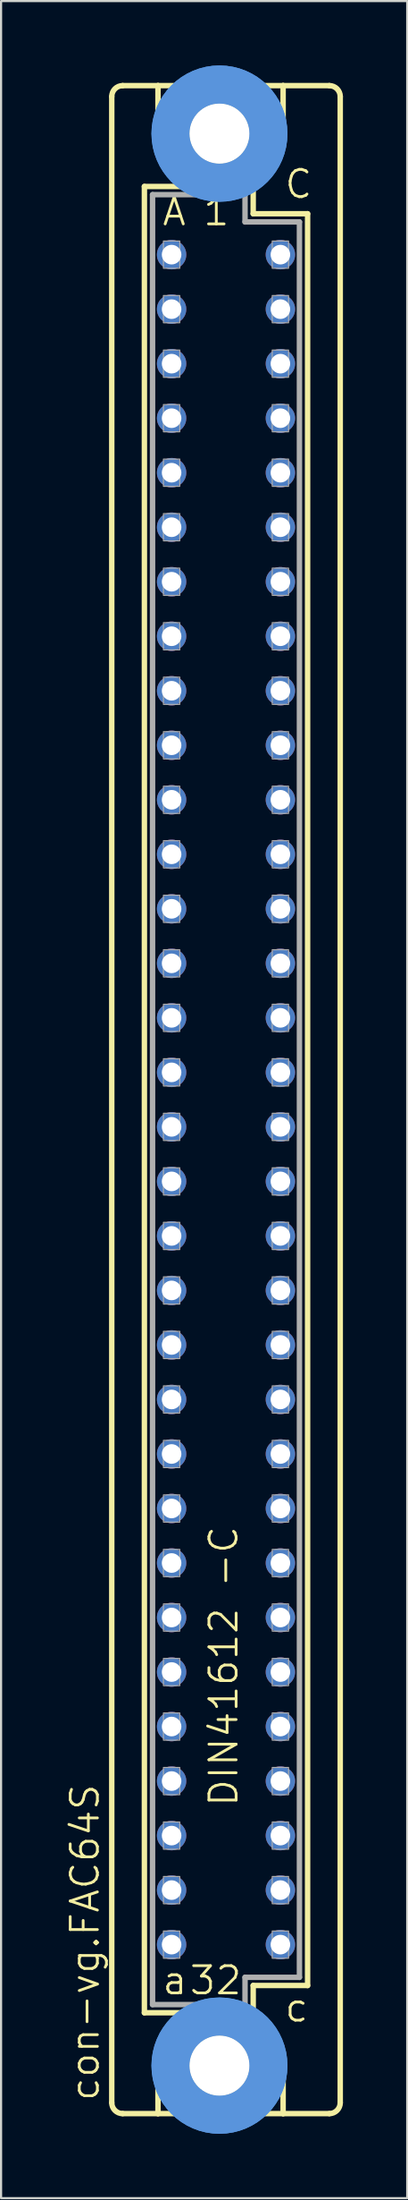
<source format=kicad_pcb>
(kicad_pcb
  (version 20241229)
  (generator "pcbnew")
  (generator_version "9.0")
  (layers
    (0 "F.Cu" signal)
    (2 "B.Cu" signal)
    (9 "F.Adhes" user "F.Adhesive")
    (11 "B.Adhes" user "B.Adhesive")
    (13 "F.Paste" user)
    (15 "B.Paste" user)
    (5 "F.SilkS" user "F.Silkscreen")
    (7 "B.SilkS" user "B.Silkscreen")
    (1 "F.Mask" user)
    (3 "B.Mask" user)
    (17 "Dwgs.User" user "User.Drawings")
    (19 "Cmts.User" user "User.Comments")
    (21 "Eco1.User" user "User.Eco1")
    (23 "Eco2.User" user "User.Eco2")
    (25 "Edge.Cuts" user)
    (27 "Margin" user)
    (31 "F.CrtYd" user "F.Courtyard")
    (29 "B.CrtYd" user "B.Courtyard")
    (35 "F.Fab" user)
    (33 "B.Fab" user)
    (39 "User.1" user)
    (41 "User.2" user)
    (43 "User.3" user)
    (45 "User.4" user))
  (footprint "con-vg.FAC64S"
    (layer "F.Cu")
    (at 7.502 48.184)
    (property "Reference" "con-vg.FAC64S" (at -5.842 46.736 90) (layer "F.SilkS") (effects (font (size 1.27 1.27) (thickness 0.13)) (justify left bottom)))
    (attr through_hole)
    (fp_line (start -5.334 46.736) (end -5.334 -46.736) (stroke (width 0.254) (type default)) (layer "F.SilkS"))
    (fp_line (start -4.826 -47.244) (end -3.175 -47.244) (stroke (width 0.254) (type default)) (layer "F.SilkS"))
    (fp_line (start -4.826 47.244) (end -3.175 47.244) (stroke (width 0.254) (type default)) (layer "F.SilkS"))
    (fp_line (start -3.81 -42.545) (end -3.81 42.545) (stroke (width 0.254) (type default)) (layer "F.SilkS"))
    (fp_line (start -3.81 42.545) (end -1.651 42.545) (stroke (width 0.254) (type default)) (layer "F.SilkS"))
    (fp_line (start -3.175 -47.244) (end -3.175 -44.45) (stroke (width 0.254) (type default)) (layer "F.SilkS"))
    (fp_line (start -3.175 47.244) (end -3.175 44.45) (stroke (width 0.254) (type default)) (layer "F.SilkS"))
    (fp_line (start -3.175 47.244) (end 2.667 47.244) (stroke (width 0.254) (type default)) (layer "F.SilkS"))
    (fp_line (start -1.651 -42.545) (end -3.81 -42.545) (stroke (width 0.254) (type default)) (layer "F.SilkS"))
    (fp_line (start -1.651 -42.545) (end -3.175 -44.45) (stroke (width 0.254) (type default)) (layer "F.SilkS"))
    (fp_line (start -1.651 42.545) (end -3.175 44.45) (stroke (width 0.254) (type default)) (layer "F.SilkS"))
    (fp_line (start -1.651 42.545) (end 1.143 42.545) (stroke (width 0.254) (type default)) (layer "F.SilkS"))
    (fp_line (start 1.143 -42.545) (end -1.651 -42.545) (stroke (width 0.254) (type default)) (layer "F.SilkS"))
    (fp_line (start 1.143 -42.545) (end 2.667 -44.45) (stroke (width 0.254) (type default)) (layer "F.SilkS"))
    (fp_line (start 1.143 42.545) (end 1.27 42.545) (stroke (width 0.254) (type default)) (layer "F.SilkS"))
    (fp_line (start 1.143 42.545) (end 2.667 44.45) (stroke (width 0.254) (type default)) (layer "F.SilkS"))
    (fp_line (start 1.27 -42.545) (end 1.143 -42.545) (stroke (width 0.254) (type default)) (layer "F.SilkS"))
    (fp_line (start 1.27 -41.275) (end 1.27 -42.545) (stroke (width 0.254) (type default)) (layer "F.SilkS"))
    (fp_line (start 1.27 41.275) (end 3.81 41.275) (stroke (width 0.254) (type default)) (layer "F.SilkS"))
    (fp_line (start 1.27 42.545) (end 1.27 41.275) (stroke (width 0.254) (type default)) (layer "F.SilkS"))
    (fp_line (start 2.667 -47.244) (end -3.175 -47.244) (stroke (width 0.254) (type default)) (layer "F.SilkS"))
    (fp_line (start 2.667 -47.244) (end 2.667 -44.45) (stroke (width 0.254) (type default)) (layer "F.SilkS"))
    (fp_line (start 2.667 47.244) (end 2.667 44.45) (stroke (width 0.254) (type default)) (layer "F.SilkS"))
    (fp_line (start 2.667 47.244) (end 4.826 47.244) (stroke (width 0.254) (type default)) (layer "F.SilkS"))
    (fp_line (start 3.81 -41.275) (end 1.27 -41.275) (stroke (width 0.254) (type default)) (layer "F.SilkS"))
    (fp_line (start 3.81 41.275) (end 3.81 -41.275) (stroke (width 0.254) (type default)) (layer "F.SilkS"))
    (fp_line (start 4.826 -47.244) (end 2.667 -47.244) (stroke (width 0.254) (type default)) (layer "F.SilkS"))
    (fp_line (start 5.334 46.736) (end 5.334 -46.736) (stroke (width 0.254) (type default)) (layer "F.SilkS"))
    (fp_arc (start -5.334 -46.736) (mid -5.18521 -47.09521) (end -4.826 -47.244) (stroke (width 0.254) (type default)) (layer "F.SilkS"))
    (fp_arc (start -4.826 47.244) (mid -5.18521 47.09521) (end -5.334 46.736) (stroke (width 0.254) (type default)) (layer "F.SilkS"))
    (fp_arc (start 4.826 -47.244) (mid 5.18521 -47.09521) (end 5.334 -46.736) (stroke (width 0.254) (type default)) (layer "F.SilkS"))
    (fp_arc (start 5.334 46.736) (mid 5.18521 47.09521) (end 4.826 47.244) (stroke (width 0.254) (type default)) (layer "F.SilkS"))
    (fp_circle (center -0.305 -45.009) (end 0.965 -45.009) (stroke (width 0.254) (type default)) (fill no) (layer "F.SilkS"))
    (fp_circle (center -0.305 45.009) (end 0.965 45.009) (stroke (width 0.254) (type default)) (fill no) (layer "F.SilkS"))
    (fp_circle (center -0.305 -45.009) (end 1.981 -45.009) (stroke (width 1.778) (type default)) (fill no) (layer "Cmts.User"))
    (fp_circle (center -0.305 -45.009) (end 1.981 -45.009) (stroke (width 1.778) (type default)) (fill no) (layer "Cmts.User"))
    (fp_circle (center -0.305 45.009) (end 1.981 45.009) (stroke (width 1.778) (type default)) (fill no) (layer "Cmts.User"))
    (fp_circle (center -0.305 45.009) (end 1.981 45.009) (stroke (width 1.778) (type default)) (fill no) (layer "Cmts.User"))
    (fp_line (start -3.429 -42.164) (end -3.429 42.164) (stroke (width 0.254) (type default)) (layer "F.Fab"))
    (fp_line (start -3.429 -42.164) (end 0.889 -42.164) (stroke (width 0.254) (type default)) (layer "F.Fab"))
    (fp_line (start -3.429 42.164) (end 0.889 42.164) (stroke (width 0.254) (type default)) (layer "F.Fab"))
    (fp_line (start 0.889 -42.164) (end 0.889 -40.894) (stroke (width 0.254) (type default)) (layer "F.Fab"))
    (fp_line (start 0.889 -40.894) (end 3.429 -40.894) (stroke (width 0.254) (type default)) (layer "F.Fab"))
    (fp_line (start 0.889 40.894) (end 3.429 40.894) (stroke (width 0.254) (type default)) (layer "F.Fab"))
    (fp_line (start 0.889 42.164) (end 0.889 40.894) (stroke (width 0.254) (type default)) (layer "F.Fab"))
    (fp_line (start 3.429 -40.894) (end 3.429 40.894) (stroke (width 0.254) (type default)) (layer "F.Fab"))
    (fp_rect (start -2.921 -38.735) (end -2.159 -40.005) (stroke (width 0.05) (type default)) (fill no) (layer "F.Fab"))
    (fp_rect (start -2.921 -36.195) (end -2.159 -37.465) (stroke (width 0.05) (type default)) (fill no) (layer "F.Fab"))
    (fp_rect (start -2.921 -33.655) (end -2.159 -34.925) (stroke (width 0.05) (type default)) (fill no) (layer "F.Fab"))
    (fp_rect (start -2.921 -31.115) (end -2.159 -32.385) (stroke (width 0.05) (type default)) (fill no) (layer "F.Fab"))
    (fp_rect (start -2.921 -28.575) (end -2.159 -29.845) (stroke (width 0.05) (type default)) (fill no) (layer "F.Fab"))
    (fp_rect (start -2.921 -26.035) (end -2.159 -27.305) (stroke (width 0.05) (type default)) (fill no) (layer "F.Fab"))
    (fp_rect (start -2.921 -23.495) (end -2.159 -24.765) (stroke (width 0.05) (type default)) (fill no) (layer "F.Fab"))
    (fp_rect (start -2.921 -20.955) (end -2.159 -22.225) (stroke (width 0.05) (type default)) (fill no) (layer "F.Fab"))
    (fp_rect (start -2.921 -18.415) (end -2.159 -19.685) (stroke (width 0.05) (type default)) (fill no) (layer "F.Fab"))
    (fp_rect (start -2.921 -15.875) (end -2.159 -17.145) (stroke (width 0.05) (type default)) (fill no) (layer "F.Fab"))
    (fp_rect (start -2.921 -13.335) (end -2.159 -14.605) (stroke (width 0.05) (type default)) (fill no) (layer "F.Fab"))
    (fp_rect (start -2.921 -10.795) (end -2.159 -12.065) (stroke (width 0.05) (type default)) (fill no) (layer "F.Fab"))
    (fp_rect (start -2.921 -8.255) (end -2.159 -9.525) (stroke (width 0.05) (type default)) (fill no) (layer "F.Fab"))
    (fp_rect (start -2.921 -5.715) (end -2.159 -6.985) (stroke (width 0.05) (type default)) (fill no) (layer "F.Fab"))
    (fp_rect (start -2.921 -3.175) (end -2.159 -4.445) (stroke (width 0.05) (type default)) (fill no) (layer "F.Fab"))
    (fp_rect (start -2.921 -0.635) (end -2.159 -1.905) (stroke (width 0.05) (type default)) (fill no) (layer "F.Fab"))
    (fp_rect (start -2.921 1.905) (end -2.159 0.635) (stroke (width 0.05) (type default)) (fill no) (layer "F.Fab"))
    (fp_rect (start -2.921 4.445) (end -2.159 3.175) (stroke (width 0.05) (type default)) (fill no) (layer "F.Fab"))
    (fp_rect (start -2.921 6.985) (end -2.159 5.715) (stroke (width 0.05) (type default)) (fill no) (layer "F.Fab"))
    (fp_rect (start -2.921 9.525) (end -2.159 8.255) (stroke (width 0.05) (type default)) (fill no) (layer "F.Fab"))
    (fp_rect (start -2.921 12.065) (end -2.159 10.795) (stroke (width 0.05) (type default)) (fill no) (layer "F.Fab"))
    (fp_rect (start -2.921 14.605) (end -2.159 13.335) (stroke (width 0.05) (type default)) (fill no) (layer "F.Fab"))
    (fp_rect (start -2.921 17.145) (end -2.159 15.875) (stroke (width 0.05) (type default)) (fill no) (layer "F.Fab"))
    (fp_rect (start -2.921 19.685) (end -2.159 18.415) (stroke (width 0.05) (type default)) (fill no) (layer "F.Fab"))
    (fp_rect (start -2.921 22.225) (end -2.159 20.955) (stroke (width 0.05) (type default)) (fill no) (layer "F.Fab"))
    (fp_rect (start -2.921 24.765) (end -2.159 23.495) (stroke (width 0.05) (type default)) (fill no) (layer "F.Fab"))
    (fp_rect (start -2.921 27.305) (end -2.159 26.035) (stroke (width 0.05) (type default)) (fill no) (layer "F.Fab"))
    (fp_rect (start -2.921 29.845) (end -2.159 28.575) (stroke (width 0.05) (type default)) (fill no) (layer "F.Fab"))
    (fp_rect (start -2.921 32.385) (end -2.159 31.115) (stroke (width 0.05) (type default)) (fill no) (layer "F.Fab"))
    (fp_rect (start -2.921 34.925) (end -2.159 33.655) (stroke (width 0.05) (type default)) (fill no) (layer "F.Fab"))
    (fp_rect (start -2.921 37.465) (end -2.159 36.195) (stroke (width 0.05) (type default)) (fill no) (layer "F.Fab"))
    (fp_rect (start -2.921 40.005) (end -2.159 38.735) (stroke (width 0.05) (type default)) (fill no) (layer "F.Fab"))
    (fp_rect (start 2.159 -38.735) (end 2.921 -40.005) (stroke (width 0.05) (type default)) (fill no) (layer "F.Fab"))
    (fp_rect (start 2.159 -36.195) (end 2.921 -37.465) (stroke (width 0.05) (type default)) (fill no) (layer "F.Fab"))
    (fp_rect (start 2.159 -33.655) (end 2.921 -34.925) (stroke (width 0.05) (type default)) (fill no) (layer "F.Fab"))
    (fp_rect (start 2.159 -31.115) (end 2.921 -32.385) (stroke (width 0.05) (type default)) (fill no) (layer "F.Fab"))
    (fp_rect (start 2.159 -28.575) (end 2.921 -29.845) (stroke (width 0.05) (type default)) (fill no) (layer "F.Fab"))
    (fp_rect (start 2.159 -26.035) (end 2.921 -27.305) (stroke (width 0.05) (type default)) (fill no) (layer "F.Fab"))
    (fp_rect (start 2.159 -23.495) (end 2.921 -24.765) (stroke (width 0.05) (type default)) (fill no) (layer "F.Fab"))
    (fp_rect (start 2.159 -20.955) (end 2.921 -22.225) (stroke (width 0.05) (type default)) (fill no) (layer "F.Fab"))
    (fp_rect (start 2.159 -18.415) (end 2.921 -19.685) (stroke (width 0.05) (type default)) (fill no) (layer "F.Fab"))
    (fp_rect (start 2.159 -15.875) (end 2.921 -17.145) (stroke (width 0.05) (type default)) (fill no) (layer "F.Fab"))
    (fp_rect (start 2.159 -13.335) (end 2.921 -14.605) (stroke (width 0.05) (type default)) (fill no) (layer "F.Fab"))
    (fp_rect (start 2.159 -10.795) (end 2.921 -12.065) (stroke (width 0.05) (type default)) (fill no) (layer "F.Fab"))
    (fp_rect (start 2.159 -8.255) (end 2.921 -9.525) (stroke (width 0.05) (type default)) (fill no) (layer "F.Fab"))
    (fp_rect (start 2.159 -5.715) (end 2.921 -6.985) (stroke (width 0.05) (type default)) (fill no) (layer "F.Fab"))
    (fp_rect (start 2.159 -3.175) (end 2.921 -4.445) (stroke (width 0.05) (type default)) (fill no) (layer "F.Fab"))
    (fp_rect (start 2.159 -0.635) (end 2.921 -1.905) (stroke (width 0.05) (type default)) (fill no) (layer "F.Fab"))
    (fp_rect (start 2.159 1.905) (end 2.921 0.635) (stroke (width 0.05) (type default)) (fill no) (layer "F.Fab"))
    (fp_rect (start 2.159 4.445) (end 2.921 3.175) (stroke (width 0.05) (type default)) (fill no) (layer "F.Fab"))
    (fp_rect (start 2.159 6.985) (end 2.921 5.715) (stroke (width 0.05) (type default)) (fill no) (layer "F.Fab"))
    (fp_rect (start 2.159 9.525) (end 2.921 8.255) (stroke (width 0.05) (type default)) (fill no) (layer "F.Fab"))
    (fp_rect (start 2.159 12.065) (end 2.921 10.795) (stroke (width 0.05) (type default)) (fill no) (layer "F.Fab"))
    (fp_rect (start 2.159 14.605) (end 2.921 13.335) (stroke (width 0.05) (type default)) (fill no) (layer "F.Fab"))
    (fp_rect (start 2.159 17.145) (end 2.921 15.875) (stroke (width 0.05) (type default)) (fill no) (layer "F.Fab"))
    (fp_rect (start 2.159 19.685) (end 2.921 18.415) (stroke (width 0.05) (type default)) (fill no) (layer "F.Fab"))
    (fp_rect (start 2.159 22.225) (end 2.921 20.955) (stroke (width 0.05) (type default)) (fill no) (layer "F.Fab"))
    (fp_rect (start 2.159 24.765) (end 2.921 23.495) (stroke (width 0.05) (type default)) (fill no) (layer "F.Fab"))
    (fp_rect (start 2.159 27.305) (end 2.921 26.035) (stroke (width 0.05) (type default)) (fill no) (layer "F.Fab"))
    (fp_rect (start 2.159 29.845) (end 2.921 28.575) (stroke (width 0.05) (type default)) (fill no) (layer "F.Fab"))
    (fp_rect (start 2.159 32.385) (end 2.921 31.115) (stroke (width 0.05) (type default)) (fill no) (layer "F.Fab"))
    (fp_rect (start 2.159 34.925) (end 2.921 33.655) (stroke (width 0.05) (type default)) (fill no) (layer "F.Fab"))
    (fp_rect (start 2.159 37.465) (end 2.921 36.195) (stroke (width 0.05) (type default)) (fill no) (layer "F.Fab"))
    (fp_rect (start 2.159 40.005) (end 2.921 38.735) (stroke (width 0.05) (type default)) (fill no) (layer "F.Fab"))
    (fp_text user "C" (at 2.667 -41.91 0) (layer "F.SilkS") (effects (font (size 1.27 1.27) (thickness 0.13)) (justify left bottom)))
    (fp_text user "a" (at -3.048 41.783 0) (layer "F.SilkS") (effects (font (size 1.27 1.27) (thickness 0.13)) (justify left bottom)))
    (fp_text user "DIN41612 -C" (at 0.635 33.02 90) (layer "F.SilkS") (effects (font (size 1.27 1.27) (thickness 0.13)) (justify left bottom)))
    (fp_text user "c" (at 2.667 43.053 0) (layer "F.SilkS") (effects (font (size 1.27 1.27) (thickness 0.13)) (justify left bottom)))
    (fp_text user "A" (at -3.048 -40.64 0) (layer "F.SilkS") (effects (font (size 1.27 1.27) (thickness 0.13)) (justify left bottom)))
    (fp_text user "32" (at -1.778 41.783 0) (layer "F.SilkS") (effects (font (size 1.27 1.27) (thickness 0.13)) (justify left bottom)))
    (fp_text user "1" (at -1.143 -40.64 0) (layer "F.SilkS") (effects (font (size 1.27 1.27) (thickness 0.13)) (justify left bottom)))
    (pad "" np_thru_hole circle (at -0.305 -45.009) (size 2.794 2.794) (drill 2.794) (layers "*.Cu" "*.Mask"))
    (pad "" np_thru_hole circle (at -0.305 45.009) (size 2.794 2.794) (drill 2.794) (layers "*.Cu" "*.Mask"))
    (pad "A1" thru_hole circle (at -2.54 -39.37) (size 1.372 1.372) (drill 0.914) (layers "*.Cu" "*.Mask"))
    (pad "A2" thru_hole circle (at -2.54 -36.83) (size 1.372 1.372) (drill 0.914) (layers "*.Cu" "*.Mask"))
    (pad "A3" thru_hole circle (at -2.54 -34.29) (size 1.372 1.372) (drill 0.914) (layers "*.Cu" "*.Mask"))
    (pad "A4" thru_hole circle (at -2.54 -31.75) (size 1.372 1.372) (drill 0.914) (layers "*.Cu" "*.Mask"))
    (pad "A5" thru_hole circle (at -2.54 -29.21) (size 1.372 1.372) (drill 0.914) (layers "*.Cu" "*.Mask"))
    (pad "A6" thru_hole circle (at -2.54 -26.67) (size 1.372 1.372) (drill 0.914) (layers "*.Cu" "*.Mask"))
    (pad "A7" thru_hole circle (at -2.54 -24.13) (size 1.372 1.372) (drill 0.914) (layers "*.Cu" "*.Mask"))
    (pad "A8" thru_hole circle (at -2.54 -21.59) (size 1.372 1.372) (drill 0.914) (layers "*.Cu" "*.Mask"))
    (pad "A9" thru_hole circle (at -2.54 -19.05) (size 1.372 1.372) (drill 0.914) (layers "*.Cu" "*.Mask"))
    (pad "A10" thru_hole circle (at -2.54 -16.51) (size 1.372 1.372) (drill 0.914) (layers "*.Cu" "*.Mask"))
    (pad "A11" thru_hole circle (at -2.54 -13.97) (size 1.372 1.372) (drill 0.914) (layers "*.Cu" "*.Mask"))
    (pad "A12" thru_hole circle (at -2.54 -11.43) (size 1.372 1.372) (drill 0.914) (layers "*.Cu" "*.Mask"))
    (pad "A13" thru_hole circle (at -2.54 -8.89) (size 1.372 1.372) (drill 0.914) (layers "*.Cu" "*.Mask"))
    (pad "A14" thru_hole circle (at -2.54 -6.35) (size 1.372 1.372) (drill 0.914) (layers "*.Cu" "*.Mask"))
    (pad "A15" thru_hole circle (at -2.54 -3.81) (size 1.372 1.372) (drill 0.914) (layers "*.Cu" "*.Mask"))
    (pad "A16" thru_hole circle (at -2.54 -1.27) (size 1.372 1.372) (drill 0.914) (layers "*.Cu" "*.Mask"))
    (pad "A17" thru_hole circle (at -2.54 1.27) (size 1.372 1.372) (drill 0.914) (layers "*.Cu" "*.Mask"))
    (pad "A18" thru_hole circle (at -2.54 3.81) (size 1.372 1.372) (drill 0.914) (layers "*.Cu" "*.Mask"))
    (pad "A19" thru_hole circle (at -2.54 6.35) (size 1.372 1.372) (drill 0.914) (layers "*.Cu" "*.Mask"))
    (pad "A20" thru_hole circle (at -2.54 8.89) (size 1.372 1.372) (drill 0.914) (layers "*.Cu" "*.Mask"))
    (pad "A21" thru_hole circle (at -2.54 11.43) (size 1.372 1.372) (drill 0.914) (layers "*.Cu" "*.Mask"))
    (pad "A22" thru_hole circle (at -2.54 13.97) (size 1.372 1.372) (drill 0.914) (layers "*.Cu" "*.Mask"))
    (pad "A23" thru_hole circle (at -2.54 16.51) (size 1.372 1.372) (drill 0.914) (layers "*.Cu" "*.Mask"))
    (pad "A24" thru_hole circle (at -2.54 19.05) (size 1.372 1.372) (drill 0.914) (layers "*.Cu" "*.Mask"))
    (pad "A25" thru_hole circle (at -2.54 21.59) (size 1.372 1.372) (drill 0.914) (layers "*.Cu" "*.Mask"))
    (pad "A26" thru_hole circle (at -2.54 24.13) (size 1.372 1.372) (drill 0.914) (layers "*.Cu" "*.Mask"))
    (pad "A27" thru_hole circle (at -2.54 26.67) (size 1.372 1.372) (drill 0.914) (layers "*.Cu" "*.Mask"))
    (pad "A28" thru_hole circle (at -2.54 29.21) (size 1.372 1.372) (drill 0.914) (layers "*.Cu" "*.Mask"))
    (pad "A29" thru_hole circle (at -2.54 31.75) (size 1.372 1.372) (drill 0.914) (layers "*.Cu" "*.Mask"))
    (pad "A30" thru_hole circle (at -2.54 34.29) (size 1.372 1.372) (drill 0.914) (layers "*.Cu" "*.Mask"))
    (pad "A31" thru_hole circle (at -2.54 36.83) (size 1.372 1.372) (drill 0.914) (layers "*.Cu" "*.Mask"))
    (pad "A32" thru_hole circle (at -2.54 39.37) (size 1.372 1.372) (drill 0.914) (layers "*.Cu" "*.Mask"))
    (pad "C1" thru_hole circle (at 2.54 -39.37) (size 1.372 1.372) (drill 0.914) (layers "*.Cu" "*.Mask"))
    (pad "C2" thru_hole circle (at 2.54 -36.83) (size 1.372 1.372) (drill 0.914) (layers "*.Cu" "*.Mask"))
    (pad "C3" thru_hole circle (at 2.54 -34.29) (size 1.372 1.372) (drill 0.914) (layers "*.Cu" "*.Mask"))
    (pad "C4" thru_hole circle (at 2.54 -31.75) (size 1.372 1.372) (drill 0.914) (layers "*.Cu" "*.Mask"))
    (pad "C5" thru_hole circle (at 2.54 -29.21) (size 1.372 1.372) (drill 0.914) (layers "*.Cu" "*.Mask"))
    (pad "C6" thru_hole circle (at 2.54 -26.67) (size 1.372 1.372) (drill 0.914) (layers "*.Cu" "*.Mask"))
    (pad "C7" thru_hole circle (at 2.54 -24.13) (size 1.372 1.372) (drill 0.914) (layers "*.Cu" "*.Mask"))
    (pad "C8" thru_hole circle (at 2.54 -21.59) (size 1.372 1.372) (drill 0.914) (layers "*.Cu" "*.Mask"))
    (pad "C9" thru_hole circle (at 2.54 -19.05) (size 1.372 1.372) (drill 0.914) (layers "*.Cu" "*.Mask"))
    (pad "C10" thru_hole circle (at 2.54 -16.51) (size 1.372 1.372) (drill 0.914) (layers "*.Cu" "*.Mask"))
    (pad "C11" thru_hole circle (at 2.54 -13.97) (size 1.372 1.372) (drill 0.914) (layers "*.Cu" "*.Mask"))
    (pad "C12" thru_hole circle (at 2.54 -11.43) (size 1.372 1.372) (drill 0.914) (layers "*.Cu" "*.Mask"))
    (pad "C13" thru_hole circle (at 2.54 -8.89) (size 1.372 1.372) (drill 0.914) (layers "*.Cu" "*.Mask"))
    (pad "C14" thru_hole circle (at 2.54 -6.35) (size 1.372 1.372) (drill 0.914) (layers "*.Cu" "*.Mask"))
    (pad "C15" thru_hole circle (at 2.54 -3.81) (size 1.372 1.372) (drill 0.914) (layers "*.Cu" "*.Mask"))
    (pad "C16" thru_hole circle (at 2.54 -1.27) (size 1.372 1.372) (drill 0.914) (layers "*.Cu" "*.Mask"))
    (pad "C17" thru_hole circle (at 2.54 1.27) (size 1.372 1.372) (drill 0.914) (layers "*.Cu" "*.Mask"))
    (pad "C18" thru_hole circle (at 2.54 3.81) (size 1.372 1.372) (drill 0.914) (layers "*.Cu" "*.Mask"))
    (pad "C19" thru_hole circle (at 2.54 6.35) (size 1.372 1.372) (drill 0.914) (layers "*.Cu" "*.Mask"))
    (pad "C20" thru_hole circle (at 2.54 8.89) (size 1.372 1.372) (drill 0.914) (layers "*.Cu" "*.Mask"))
    (pad "C21" thru_hole circle (at 2.54 11.43) (size 1.372 1.372) (drill 0.914) (layers "*.Cu" "*.Mask"))
    (pad "C22" thru_hole circle (at 2.54 13.97) (size 1.372 1.372) (drill 0.914) (layers "*.Cu" "*.Mask"))
    (pad "C23" thru_hole circle (at 2.54 16.51) (size 1.372 1.372) (drill 0.914) (layers "*.Cu" "*.Mask"))
    (pad "C24" thru_hole circle (at 2.54 19.05) (size 1.372 1.372) (drill 0.914) (layers "*.Cu" "*.Mask"))
    (pad "C25" thru_hole circle (at 2.54 21.59) (size 1.372 1.372) (drill 0.914) (layers "*.Cu" "*.Mask"))
    (pad "C26" thru_hole circle (at 2.54 24.13) (size 1.372 1.372) (drill 0.914) (layers "*.Cu" "*.Mask"))
    (pad "C27" thru_hole circle (at 2.54 26.67) (size 1.372 1.372) (drill 0.914) (layers "*.Cu" "*.Mask"))
    (pad "C28" thru_hole circle (at 2.54 29.21) (size 1.372 1.372) (drill 0.914) (layers "*.Cu" "*.Mask"))
    (pad "C29" thru_hole circle (at 2.54 31.75) (size 1.372 1.372) (drill 0.914) (layers "*.Cu" "*.Mask"))
    (pad "C30" thru_hole circle (at 2.54 34.29) (size 1.372 1.372) (drill 0.914) (layers "*.Cu" "*.Mask"))
    (pad "C31" thru_hole circle (at 2.54 36.83) (size 1.372 1.372) (drill 0.914) (layers "*.Cu" "*.Mask"))
    (pad "C32" thru_hole circle (at 2.54 39.37) (size 1.372 1.372) (drill 0.914) (layers "*.Cu" "*.Mask")))
  (gr_rect
    (start -3 -3)
    (end 15.963 99.368)
    (stroke (width 0.1) (type default))
    (fill no)
    (layer "Edge.Cuts")))
</source>
